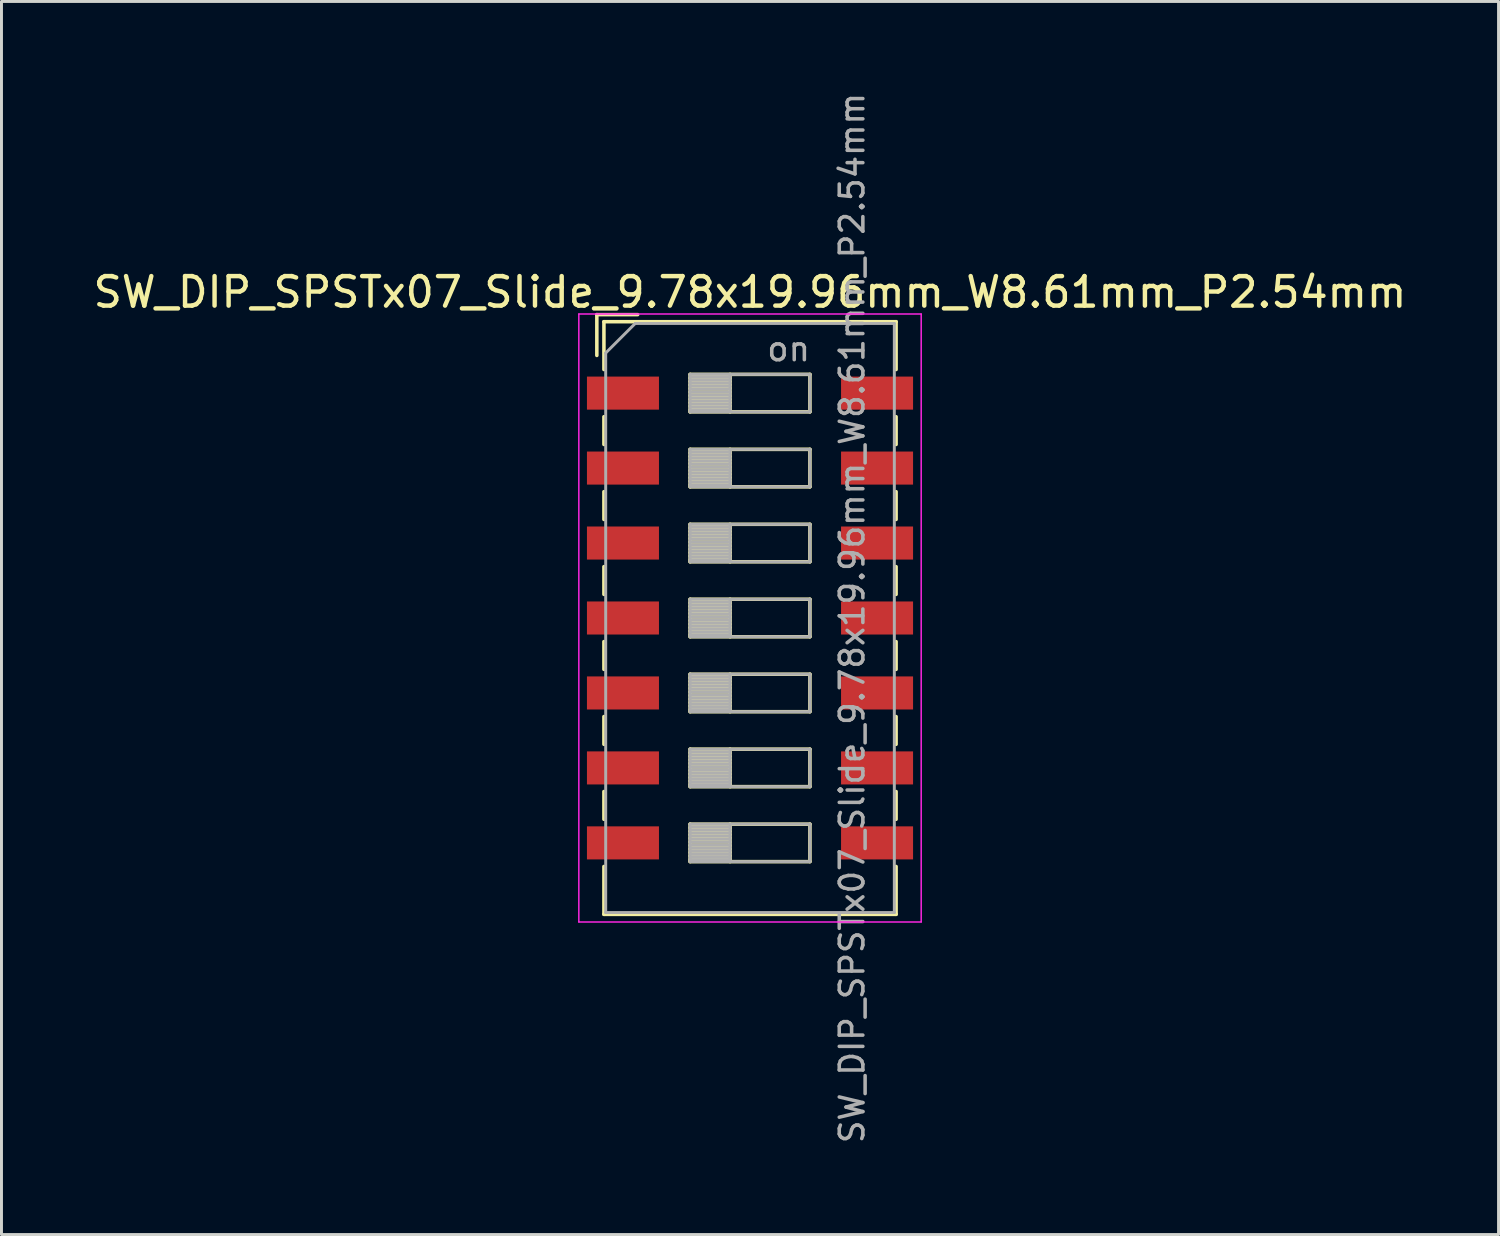
<source format=kicad_pcb>
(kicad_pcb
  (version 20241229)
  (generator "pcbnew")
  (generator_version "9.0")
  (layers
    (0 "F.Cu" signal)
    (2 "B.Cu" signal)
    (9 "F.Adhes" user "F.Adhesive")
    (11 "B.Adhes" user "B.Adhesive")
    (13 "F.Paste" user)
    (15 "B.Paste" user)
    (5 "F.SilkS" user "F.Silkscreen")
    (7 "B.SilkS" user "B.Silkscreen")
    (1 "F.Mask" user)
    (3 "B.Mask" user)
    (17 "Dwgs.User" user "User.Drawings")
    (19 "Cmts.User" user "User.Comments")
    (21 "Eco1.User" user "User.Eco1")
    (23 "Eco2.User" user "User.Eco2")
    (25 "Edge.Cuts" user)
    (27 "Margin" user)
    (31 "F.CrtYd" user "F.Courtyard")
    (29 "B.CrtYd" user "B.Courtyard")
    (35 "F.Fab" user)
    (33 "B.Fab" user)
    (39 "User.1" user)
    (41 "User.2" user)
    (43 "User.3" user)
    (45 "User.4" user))
  (footprint "SW_DIP_SPSTx07_Slide_9.78x19.96mm_W8.61mm_P2.54mm"
    (layer "F.Cu")
    (at 22.363 17.89)
    (property "Reference" "SW_DIP_SPSTx07_Slide_9.78x19.96mm_W8.61mm_P2.54mm" (at 0 -11.04 0) (layer "F.SilkS") (effects (font (size 1 1) (thickness 0.15))))
    (attr smd)
    (fp_line (start -5.19 -10.28) (end -5.19 -8.897) (stroke (width 0.12) (type solid)) (layer "F.SilkS"))
    (fp_line (start -5.19 -10.28) (end -3.806 -10.28) (stroke (width 0.12) (type solid)) (layer "F.SilkS"))
    (fp_line (start -4.95 -10.04) (end -4.95 -8.42) (stroke (width 0.12) (type solid)) (layer "F.SilkS"))
    (fp_line (start -4.95 -10.04) (end 4.95 -10.04) (stroke (width 0.12) (type solid)) (layer "F.SilkS"))
    (fp_line (start -4.95 -6.82) (end -4.95 -5.88) (stroke (width 0.12) (type solid)) (layer "F.SilkS"))
    (fp_line (start -4.95 -4.28) (end -4.95 -3.34) (stroke (width 0.12) (type solid)) (layer "F.SilkS"))
    (fp_line (start -4.95 -1.74) (end -4.95 -0.8) (stroke (width 0.12) (type solid)) (layer "F.SilkS"))
    (fp_line (start -4.95 0.8) (end -4.95 1.74) (stroke (width 0.12) (type solid)) (layer "F.SilkS"))
    (fp_line (start -4.95 3.34) (end -4.95 4.28) (stroke (width 0.12) (type solid)) (layer "F.SilkS"))
    (fp_line (start -4.95 5.88) (end -4.95 6.82) (stroke (width 0.12) (type solid)) (layer "F.SilkS"))
    (fp_line (start -4.95 8.42) (end -4.95 10.041) (stroke (width 0.12) (type solid)) (layer "F.SilkS"))
    (fp_line (start -4.95 10.041) (end 4.95 10.041) (stroke (width 0.12) (type solid)) (layer "F.SilkS"))
    (fp_line (start -2.03 -8.255) (end -2.03 -6.985) (stroke (width 0.12) (type solid)) (layer "F.SilkS"))
    (fp_line (start -2.03 -8.135) (end -0.677 -8.135) (stroke (width 0.12) (type solid)) (layer "F.SilkS"))
    (fp_line (start -2.03 -8.015) (end -0.677 -8.015) (stroke (width 0.12) (type solid)) (layer "F.SilkS"))
    (fp_line (start -2.03 -7.895) (end -0.677 -7.895) (stroke (width 0.12) (type solid)) (layer "F.SilkS"))
    (fp_line (start -2.03 -7.775) (end -0.677 -7.775) (stroke (width 0.12) (type solid)) (layer "F.SilkS"))
    (fp_line (start -2.03 -7.655) (end -0.677 -7.655) (stroke (width 0.12) (type solid)) (layer "F.SilkS"))
    (fp_line (start -2.03 -7.535) (end -0.677 -7.535) (stroke (width 0.12) (type solid)) (layer "F.SilkS"))
    (fp_line (start -2.03 -7.415) (end -0.677 -7.415) (stroke (width 0.12) (type solid)) (layer "F.SilkS"))
    (fp_line (start -2.03 -7.295) (end -0.677 -7.295) (stroke (width 0.12) (type solid)) (layer "F.SilkS"))
    (fp_line (start -2.03 -7.175) (end -0.677 -7.175) (stroke (width 0.12) (type solid)) (layer "F.SilkS"))
    (fp_line (start -2.03 -7.055) (end -0.677 -7.055) (stroke (width 0.12) (type solid)) (layer "F.SilkS"))
    (fp_line (start -2.03 -6.985) (end 2.03 -6.985) (stroke (width 0.12) (type solid)) (layer "F.SilkS"))
    (fp_line (start -2.03 -5.715) (end -2.03 -4.445) (stroke (width 0.12) (type solid)) (layer "F.SilkS"))
    (fp_line (start -2.03 -5.595) (end -0.677 -5.595) (stroke (width 0.12) (type solid)) (layer "F.SilkS"))
    (fp_line (start -2.03 -5.475) (end -0.677 -5.475) (stroke (width 0.12) (type solid)) (layer "F.SilkS"))
    (fp_line (start -2.03 -5.355) (end -0.677 -5.355) (stroke (width 0.12) (type solid)) (layer "F.SilkS"))
    (fp_line (start -2.03 -5.235) (end -0.677 -5.235) (stroke (width 0.12) (type solid)) (layer "F.SilkS"))
    (fp_line (start -2.03 -5.115) (end -0.677 -5.115) (stroke (width 0.12) (type solid)) (layer "F.SilkS"))
    (fp_line (start -2.03 -4.995) (end -0.677 -4.995) (stroke (width 0.12) (type solid)) (layer "F.SilkS"))
    (fp_line (start -2.03 -4.875) (end -0.677 -4.875) (stroke (width 0.12) (type solid)) (layer "F.SilkS"))
    (fp_line (start -2.03 -4.755) (end -0.677 -4.755) (stroke (width 0.12) (type solid)) (layer "F.SilkS"))
    (fp_line (start -2.03 -4.635) (end -0.677 -4.635) (stroke (width 0.12) (type solid)) (layer "F.SilkS"))
    (fp_line (start -2.03 -4.515) (end -0.677 -4.515) (stroke (width 0.12) (type solid)) (layer "F.SilkS"))
    (fp_line (start -2.03 -4.445) (end 2.03 -4.445) (stroke (width 0.12) (type solid)) (layer "F.SilkS"))
    (fp_line (start -2.03 -3.175) (end -2.03 -1.905) (stroke (width 0.12) (type solid)) (layer "F.SilkS"))
    (fp_line (start -2.03 -3.055) (end -0.677 -3.055) (stroke (width 0.12) (type solid)) (layer "F.SilkS"))
    (fp_line (start -2.03 -2.935) (end -0.677 -2.935) (stroke (width 0.12) (type solid)) (layer "F.SilkS"))
    (fp_line (start -2.03 -2.815) (end -0.677 -2.815) (stroke (width 0.12) (type solid)) (layer "F.SilkS"))
    (fp_line (start -2.03 -2.695) (end -0.677 -2.695) (stroke (width 0.12) (type solid)) (layer "F.SilkS"))
    (fp_line (start -2.03 -2.575) (end -0.677 -2.575) (stroke (width 0.12) (type solid)) (layer "F.SilkS"))
    (fp_line (start -2.03 -2.455) (end -0.677 -2.455) (stroke (width 0.12) (type solid)) (layer "F.SilkS"))
    (fp_line (start -2.03 -2.335) (end -0.677 -2.335) (stroke (width 0.12) (type solid)) (layer "F.SilkS"))
    (fp_line (start -2.03 -2.215) (end -0.677 -2.215) (stroke (width 0.12) (type solid)) (layer "F.SilkS"))
    (fp_line (start -2.03 -2.095) (end -0.677 -2.095) (stroke (width 0.12) (type solid)) (layer "F.SilkS"))
    (fp_line (start -2.03 -1.975) (end -0.677 -1.975) (stroke (width 0.12) (type solid)) (layer "F.SilkS"))
    (fp_line (start -2.03 -1.905) (end 2.03 -1.905) (stroke (width 0.12) (type solid)) (layer "F.SilkS"))
    (fp_line (start -2.03 -0.635) (end -2.03 0.635) (stroke (width 0.12) (type solid)) (layer "F.SilkS"))
    (fp_line (start -2.03 -0.515) (end -0.677 -0.515) (stroke (width 0.12) (type solid)) (layer "F.SilkS"))
    (fp_line (start -2.03 -0.395) (end -0.677 -0.395) (stroke (width 0.12) (type solid)) (layer "F.SilkS"))
    (fp_line (start -2.03 -0.275) (end -0.677 -0.275) (stroke (width 0.12) (type solid)) (layer "F.SilkS"))
    (fp_line (start -2.03 -0.155) (end -0.677 -0.155) (stroke (width 0.12) (type solid)) (layer "F.SilkS"))
    (fp_line (start -2.03 -0.035) (end -0.677 -0.035) (stroke (width 0.12) (type solid)) (layer "F.SilkS"))
    (fp_line (start -2.03 0.085) (end -0.677 0.085) (stroke (width 0.12) (type solid)) (layer "F.SilkS"))
    (fp_line (start -2.03 0.205) (end -0.677 0.205) (stroke (width 0.12) (type solid)) (layer "F.SilkS"))
    (fp_line (start -2.03 0.325) (end -0.677 0.325) (stroke (width 0.12) (type solid)) (layer "F.SilkS"))
    (fp_line (start -2.03 0.445) (end -0.677 0.445) (stroke (width 0.12) (type solid)) (layer "F.SilkS"))
    (fp_line (start -2.03 0.565) (end -0.677 0.565) (stroke (width 0.12) (type solid)) (layer "F.SilkS"))
    (fp_line (start -2.03 0.635) (end 2.03 0.635) (stroke (width 0.12) (type solid)) (layer "F.SilkS"))
    (fp_line (start -2.03 1.905) (end -2.03 3.175) (stroke (width 0.12) (type solid)) (layer "F.SilkS"))
    (fp_line (start -2.03 2.025) (end -0.677 2.025) (stroke (width 0.12) (type solid)) (layer "F.SilkS"))
    (fp_line (start -2.03 2.145) (end -0.677 2.145) (stroke (width 0.12) (type solid)) (layer "F.SilkS"))
    (fp_line (start -2.03 2.265) (end -0.677 2.265) (stroke (width 0.12) (type solid)) (layer "F.SilkS"))
    (fp_line (start -2.03 2.385) (end -0.677 2.385) (stroke (width 0.12) (type solid)) (layer "F.SilkS"))
    (fp_line (start -2.03 2.505) (end -0.677 2.505) (stroke (width 0.12) (type solid)) (layer "F.SilkS"))
    (fp_line (start -2.03 2.625) (end -0.677 2.625) (stroke (width 0.12) (type solid)) (layer "F.SilkS"))
    (fp_line (start -2.03 2.745) (end -0.677 2.745) (stroke (width 0.12) (type solid)) (layer "F.SilkS"))
    (fp_line (start -2.03 2.865) (end -0.677 2.865) (stroke (width 0.12) (type solid)) (layer "F.SilkS"))
    (fp_line (start -2.03 2.985) (end -0.677 2.985) (stroke (width 0.12) (type solid)) (layer "F.SilkS"))
    (fp_line (start -2.03 3.105) (end -0.677 3.105) (stroke (width 0.12) (type solid)) (layer "F.SilkS"))
    (fp_line (start -2.03 3.175) (end 2.03 3.175) (stroke (width 0.12) (type solid)) (layer "F.SilkS"))
    (fp_line (start -2.03 4.445) (end -2.03 5.715) (stroke (width 0.12) (type solid)) (layer "F.SilkS"))
    (fp_line (start -2.03 4.565) (end -0.677 4.565) (stroke (width 0.12) (type solid)) (layer "F.SilkS"))
    (fp_line (start -2.03 4.685) (end -0.677 4.685) (stroke (width 0.12) (type solid)) (layer "F.SilkS"))
    (fp_line (start -2.03 4.805) (end -0.677 4.805) (stroke (width 0.12) (type solid)) (layer "F.SilkS"))
    (fp_line (start -2.03 4.925) (end -0.677 4.925) (stroke (width 0.12) (type solid)) (layer "F.SilkS"))
    (fp_line (start -2.03 5.045) (end -0.677 5.045) (stroke (width 0.12) (type solid)) (layer "F.SilkS"))
    (fp_line (start -2.03 5.165) (end -0.677 5.165) (stroke (width 0.12) (type solid)) (layer "F.SilkS"))
    (fp_line (start -2.03 5.285) (end -0.677 5.285) (stroke (width 0.12) (type solid)) (layer "F.SilkS"))
    (fp_line (start -2.03 5.405) (end -0.677 5.405) (stroke (width 0.12) (type solid)) (layer "F.SilkS"))
    (fp_line (start -2.03 5.525) (end -0.677 5.525) (stroke (width 0.12) (type solid)) (layer "F.SilkS"))
    (fp_line (start -2.03 5.645) (end -0.677 5.645) (stroke (width 0.12) (type solid)) (layer "F.SilkS"))
    (fp_line (start -2.03 5.715) (end 2.03 5.715) (stroke (width 0.12) (type solid)) (layer "F.SilkS"))
    (fp_line (start -2.03 6.985) (end -2.03 8.255) (stroke (width 0.12) (type solid)) (layer "F.SilkS"))
    (fp_line (start -2.03 7.105) (end -0.677 7.105) (stroke (width 0.12) (type solid)) (layer "F.SilkS"))
    (fp_line (start -2.03 7.225) (end -0.677 7.225) (stroke (width 0.12) (type solid)) (layer "F.SilkS"))
    (fp_line (start -2.03 7.345) (end -0.677 7.345) (stroke (width 0.12) (type solid)) (layer "F.SilkS"))
    (fp_line (start -2.03 7.465) (end -0.677 7.465) (stroke (width 0.12) (type solid)) (layer "F.SilkS"))
    (fp_line (start -2.03 7.585) (end -0.677 7.585) (stroke (width 0.12) (type solid)) (layer "F.SilkS"))
    (fp_line (start -2.03 7.705) (end -0.677 7.705) (stroke (width 0.12) (type solid)) (layer "F.SilkS"))
    (fp_line (start -2.03 7.825) (end -0.677 7.825) (stroke (width 0.12) (type solid)) (layer "F.SilkS"))
    (fp_line (start -2.03 7.945) (end -0.677 7.945) (stroke (width 0.12) (type solid)) (layer "F.SilkS"))
    (fp_line (start -2.03 8.065) (end -0.677 8.065) (stroke (width 0.12) (type solid)) (layer "F.SilkS"))
    (fp_line (start -2.03 8.185) (end -0.677 8.185) (stroke (width 0.12) (type solid)) (layer "F.SilkS"))
    (fp_line (start -2.03 8.255) (end 2.03 8.255) (stroke (width 0.12) (type solid)) (layer "F.SilkS"))
    (fp_line (start -0.677 -8.255) (end -0.677 -6.985) (stroke (width 0.12) (type solid)) (layer "F.SilkS"))
    (fp_line (start -0.677 -5.715) (end -0.677 -4.445) (stroke (width 0.12) (type solid)) (layer "F.SilkS"))
    (fp_line (start -0.677 -3.175) (end -0.677 -1.905) (stroke (width 0.12) (type solid)) (layer "F.SilkS"))
    (fp_line (start -0.677 -0.635) (end -0.677 0.635) (stroke (width 0.12) (type solid)) (layer "F.SilkS"))
    (fp_line (start -0.677 1.905) (end -0.677 3.175) (stroke (width 0.12) (type solid)) (layer "F.SilkS"))
    (fp_line (start -0.677 4.445) (end -0.677 5.715) (stroke (width 0.12) (type solid)) (layer "F.SilkS"))
    (fp_line (start -0.677 6.985) (end -0.677 8.255) (stroke (width 0.12) (type solid)) (layer "F.SilkS"))
    (fp_line (start 2.03 -8.255) (end -2.03 -8.255) (stroke (width 0.12) (type solid)) (layer "F.SilkS"))
    (fp_line (start 2.03 -6.985) (end 2.03 -8.255) (stroke (width 0.12) (type solid)) (layer "F.SilkS"))
    (fp_line (start 2.03 -5.715) (end -2.03 -5.715) (stroke (width 0.12) (type solid)) (layer "F.SilkS"))
    (fp_line (start 2.03 -4.445) (end 2.03 -5.715) (stroke (width 0.12) (type solid)) (layer "F.SilkS"))
    (fp_line (start 2.03 -3.175) (end -2.03 -3.175) (stroke (width 0.12) (type solid)) (layer "F.SilkS"))
    (fp_line (start 2.03 -1.905) (end 2.03 -3.175) (stroke (width 0.12) (type solid)) (layer "F.SilkS"))
    (fp_line (start 2.03 -0.635) (end -2.03 -0.635) (stroke (width 0.12) (type solid)) (layer "F.SilkS"))
    (fp_line (start 2.03 0.635) (end 2.03 -0.635) (stroke (width 0.12) (type solid)) (layer "F.SilkS"))
    (fp_line (start 2.03 1.905) (end -2.03 1.905) (stroke (width 0.12) (type solid)) (layer "F.SilkS"))
    (fp_line (start 2.03 3.175) (end 2.03 1.905) (stroke (width 0.12) (type solid)) (layer "F.SilkS"))
    (fp_line (start 2.03 4.445) (end -2.03 4.445) (stroke (width 0.12) (type solid)) (layer "F.SilkS"))
    (fp_line (start 2.03 5.715) (end 2.03 4.445) (stroke (width 0.12) (type solid)) (layer "F.SilkS"))
    (fp_line (start 2.03 6.985) (end -2.03 6.985) (stroke (width 0.12) (type solid)) (layer "F.SilkS"))
    (fp_line (start 2.03 8.255) (end 2.03 6.985) (stroke (width 0.12) (type solid)) (layer "F.SilkS"))
    (fp_line (start 4.95 -10.04) (end 4.95 -8.42) (stroke (width 0.12) (type solid)) (layer "F.SilkS"))
    (fp_line (start 4.95 -6.82) (end 4.95 -5.88) (stroke (width 0.12) (type solid)) (layer "F.SilkS"))
    (fp_line (start 4.95 -4.28) (end 4.95 -3.34) (stroke (width 0.12) (type solid)) (layer "F.SilkS"))
    (fp_line (start 4.95 -1.74) (end 4.95 -0.8) (stroke (width 0.12) (type solid)) (layer "F.SilkS"))
    (fp_line (start 4.95 0.8) (end 4.95 1.74) (stroke (width 0.12) (type solid)) (layer "F.SilkS"))
    (fp_line (start 4.95 3.34) (end 4.95 4.28) (stroke (width 0.12) (type solid)) (layer "F.SilkS"))
    (fp_line (start 4.95 5.88) (end 4.95 6.82) (stroke (width 0.12) (type solid)) (layer "F.SilkS"))
    (fp_line (start 4.95 8.42) (end 4.95 10.041) (stroke (width 0.12) (type solid)) (layer "F.SilkS"))
    (fp_line (start -5.8 -10.3) (end -5.8 10.3) (stroke (width 0.05) (type solid)) (layer "F.CrtYd"))
    (fp_line (start -5.8 10.3) (end 5.8 10.3) (stroke (width 0.05) (type solid)) (layer "F.CrtYd"))
    (fp_line (start 5.8 -10.3) (end -5.8 -10.3) (stroke (width 0.05) (type solid)) (layer "F.CrtYd"))
    (fp_line (start 5.8 10.3) (end 5.8 -10.3) (stroke (width 0.05) (type solid)) (layer "F.CrtYd"))
    (fp_line (start -4.89 -8.98) (end -3.89 -9.98) (stroke (width 0.1) (type solid)) (layer "F.Fab"))
    (fp_line (start -4.89 9.98) (end -4.89 -8.98) (stroke (width 0.1) (type solid)) (layer "F.Fab"))
    (fp_line (start -3.89 -9.98) (end 4.89 -9.98) (stroke (width 0.1) (type solid)) (layer "F.Fab"))
    (fp_line (start -2.03 -8.255) (end -2.03 -6.985) (stroke (width 0.1) (type solid)) (layer "F.Fab"))
    (fp_line (start -2.03 -8.155) (end -0.677 -8.155) (stroke (width 0.1) (type solid)) (layer "F.Fab"))
    (fp_line (start -2.03 -8.055) (end -0.677 -8.055) (stroke (width 0.1) (type solid)) (layer "F.Fab"))
    (fp_line (start -2.03 -7.955) (end -0.677 -7.955) (stroke (width 0.1) (type solid)) (layer "F.Fab"))
    (fp_line (start -2.03 -7.855) (end -0.677 -7.855) (stroke (width 0.1) (type solid)) (layer "F.Fab"))
    (fp_line (start -2.03 -7.755) (end -0.677 -7.755) (stroke (width 0.1) (type solid)) (layer "F.Fab"))
    (fp_line (start -2.03 -7.655) (end -0.677 -7.655) (stroke (width 0.1) (type solid)) (layer "F.Fab"))
    (fp_line (start -2.03 -7.555) (end -0.677 -7.555) (stroke (width 0.1) (type solid)) (layer "F.Fab"))
    (fp_line (start -2.03 -7.455) (end -0.677 -7.455) (stroke (width 0.1) (type solid)) (layer "F.Fab"))
    (fp_line (start -2.03 -7.355) (end -0.677 -7.355) (stroke (width 0.1) (type solid)) (layer "F.Fab"))
    (fp_line (start -2.03 -7.255) (end -0.677 -7.255) (stroke (width 0.1) (type solid)) (layer "F.Fab"))
    (fp_line (start -2.03 -7.155) (end -0.677 -7.155) (stroke (width 0.1) (type solid)) (layer "F.Fab"))
    (fp_line (start -2.03 -7.055) (end -0.677 -7.055) (stroke (width 0.1) (type solid)) (layer "F.Fab"))
    (fp_line (start -2.03 -6.985) (end 2.03 -6.985) (stroke (width 0.1) (type solid)) (layer "F.Fab"))
    (fp_line (start -2.03 -5.715) (end -2.03 -4.445) (stroke (width 0.1) (type solid)) (layer "F.Fab"))
    (fp_line (start -2.03 -5.615) (end -0.677 -5.615) (stroke (width 0.1) (type solid)) (layer "F.Fab"))
    (fp_line (start -2.03 -5.515) (end -0.677 -5.515) (stroke (width 0.1) (type solid)) (layer "F.Fab"))
    (fp_line (start -2.03 -5.415) (end -0.677 -5.415) (stroke (width 0.1) (type solid)) (layer "F.Fab"))
    (fp_line (start -2.03 -5.315) (end -0.677 -5.315) (stroke (width 0.1) (type solid)) (layer "F.Fab"))
    (fp_line (start -2.03 -5.215) (end -0.677 -5.215) (stroke (width 0.1) (type solid)) (layer "F.Fab"))
    (fp_line (start -2.03 -5.115) (end -0.677 -5.115) (stroke (width 0.1) (type solid)) (layer "F.Fab"))
    (fp_line (start -2.03 -5.015) (end -0.677 -5.015) (stroke (width 0.1) (type solid)) (layer "F.Fab"))
    (fp_line (start -2.03 -4.915) (end -0.677 -4.915) (stroke (width 0.1) (type solid)) (layer "F.Fab"))
    (fp_line (start -2.03 -4.815) (end -0.677 -4.815) (stroke (width 0.1) (type solid)) (layer "F.Fab"))
    (fp_line (start -2.03 -4.715) (end -0.677 -4.715) (stroke (width 0.1) (type solid)) (layer "F.Fab"))
    (fp_line (start -2.03 -4.615) (end -0.677 -4.615) (stroke (width 0.1) (type solid)) (layer "F.Fab"))
    (fp_line (start -2.03 -4.515) (end -0.677 -4.515) (stroke (width 0.1) (type solid)) (layer "F.Fab"))
    (fp_line (start -2.03 -4.445) (end 2.03 -4.445) (stroke (width 0.1) (type solid)) (layer "F.Fab"))
    (fp_line (start -2.03 -3.175) (end -2.03 -1.905) (stroke (width 0.1) (type solid)) (layer "F.Fab"))
    (fp_line (start -2.03 -3.075) (end -0.677 -3.075) (stroke (width 0.1) (type solid)) (layer "F.Fab"))
    (fp_line (start -2.03 -2.975) (end -0.677 -2.975) (stroke (width 0.1) (type solid)) (layer "F.Fab"))
    (fp_line (start -2.03 -2.875) (end -0.677 -2.875) (stroke (width 0.1) (type solid)) (layer "F.Fab"))
    (fp_line (start -2.03 -2.775) (end -0.677 -2.775) (stroke (width 0.1) (type solid)) (layer "F.Fab"))
    (fp_line (start -2.03 -2.675) (end -0.677 -2.675) (stroke (width 0.1) (type solid)) (layer "F.Fab"))
    (fp_line (start -2.03 -2.575) (end -0.677 -2.575) (stroke (width 0.1) (type solid)) (layer "F.Fab"))
    (fp_line (start -2.03 -2.475) (end -0.677 -2.475) (stroke (width 0.1) (type solid)) (layer "F.Fab"))
    (fp_line (start -2.03 -2.375) (end -0.677 -2.375) (stroke (width 0.1) (type solid)) (layer "F.Fab"))
    (fp_line (start -2.03 -2.275) (end -0.677 -2.275) (stroke (width 0.1) (type solid)) (layer "F.Fab"))
    (fp_line (start -2.03 -2.175) (end -0.677 -2.175) (stroke (width 0.1) (type solid)) (layer "F.Fab"))
    (fp_line (start -2.03 -2.075) (end -0.677 -2.075) (stroke (width 0.1) (type solid)) (layer "F.Fab"))
    (fp_line (start -2.03 -1.975) (end -0.677 -1.975) (stroke (width 0.1) (type solid)) (layer "F.Fab"))
    (fp_line (start -2.03 -1.905) (end 2.03 -1.905) (stroke (width 0.1) (type solid)) (layer "F.Fab"))
    (fp_line (start -2.03 -0.635) (end -2.03 0.635) (stroke (width 0.1) (type solid)) (layer "F.Fab"))
    (fp_line (start -2.03 -0.535) (end -0.677 -0.535) (stroke (width 0.1) (type solid)) (layer "F.Fab"))
    (fp_line (start -2.03 -0.435) (end -0.677 -0.435) (stroke (width 0.1) (type solid)) (layer "F.Fab"))
    (fp_line (start -2.03 -0.335) (end -0.677 -0.335) (stroke (width 0.1) (type solid)) (layer "F.Fab"))
    (fp_line (start -2.03 -0.235) (end -0.677 -0.235) (stroke (width 0.1) (type solid)) (layer "F.Fab"))
    (fp_line (start -2.03 -0.135) (end -0.677 -0.135) (stroke (width 0.1) (type solid)) (layer "F.Fab"))
    (fp_line (start -2.03 -0.035) (end -0.677 -0.035) (stroke (width 0.1) (type solid)) (layer "F.Fab"))
    (fp_line (start -2.03 0.065) (end -0.677 0.065) (stroke (width 0.1) (type solid)) (layer "F.Fab"))
    (fp_line (start -2.03 0.165) (end -0.677 0.165) (stroke (width 0.1) (type solid)) (layer "F.Fab"))
    (fp_line (start -2.03 0.265) (end -0.677 0.265) (stroke (width 0.1) (type solid)) (layer "F.Fab"))
    (fp_line (start -2.03 0.365) (end -0.677 0.365) (stroke (width 0.1) (type solid)) (layer "F.Fab"))
    (fp_line (start -2.03 0.465) (end -0.677 0.465) (stroke (width 0.1) (type solid)) (layer "F.Fab"))
    (fp_line (start -2.03 0.565) (end -0.677 0.565) (stroke (width 0.1) (type solid)) (layer "F.Fab"))
    (fp_line (start -2.03 0.635) (end 2.03 0.635) (stroke (width 0.1) (type solid)) (layer "F.Fab"))
    (fp_line (start -2.03 1.905) (end -2.03 3.175) (stroke (width 0.1) (type solid)) (layer "F.Fab"))
    (fp_line (start -2.03 2.005) (end -0.677 2.005) (stroke (width 0.1) (type solid)) (layer "F.Fab"))
    (fp_line (start -2.03 2.105) (end -0.677 2.105) (stroke (width 0.1) (type solid)) (layer "F.Fab"))
    (fp_line (start -2.03 2.205) (end -0.677 2.205) (stroke (width 0.1) (type solid)) (layer "F.Fab"))
    (fp_line (start -2.03 2.305) (end -0.677 2.305) (stroke (width 0.1) (type solid)) (layer "F.Fab"))
    (fp_line (start -2.03 2.405) (end -0.677 2.405) (stroke (width 0.1) (type solid)) (layer "F.Fab"))
    (fp_line (start -2.03 2.505) (end -0.677 2.505) (stroke (width 0.1) (type solid)) (layer "F.Fab"))
    (fp_line (start -2.03 2.605) (end -0.677 2.605) (stroke (width 0.1) (type solid)) (layer "F.Fab"))
    (fp_line (start -2.03 2.705) (end -0.677 2.705) (stroke (width 0.1) (type solid)) (layer "F.Fab"))
    (fp_line (start -2.03 2.805) (end -0.677 2.805) (stroke (width 0.1) (type solid)) (layer "F.Fab"))
    (fp_line (start -2.03 2.905) (end -0.677 2.905) (stroke (width 0.1) (type solid)) (layer "F.Fab"))
    (fp_line (start -2.03 3.005) (end -0.677 3.005) (stroke (width 0.1) (type solid)) (layer "F.Fab"))
    (fp_line (start -2.03 3.105) (end -0.677 3.105) (stroke (width 0.1) (type solid)) (layer "F.Fab"))
    (fp_line (start -2.03 3.175) (end 2.03 3.175) (stroke (width 0.1) (type solid)) (layer "F.Fab"))
    (fp_line (start -2.03 4.445) (end -2.03 5.715) (stroke (width 0.1) (type solid)) (layer "F.Fab"))
    (fp_line (start -2.03 4.545) (end -0.677 4.545) (stroke (width 0.1) (type solid)) (layer "F.Fab"))
    (fp_line (start -2.03 4.645) (end -0.677 4.645) (stroke (width 0.1) (type solid)) (layer "F.Fab"))
    (fp_line (start -2.03 4.745) (end -0.677 4.745) (stroke (width 0.1) (type solid)) (layer "F.Fab"))
    (fp_line (start -2.03 4.845) (end -0.677 4.845) (stroke (width 0.1) (type solid)) (layer "F.Fab"))
    (fp_line (start -2.03 4.945) (end -0.677 4.945) (stroke (width 0.1) (type solid)) (layer "F.Fab"))
    (fp_line (start -2.03 5.045) (end -0.677 5.045) (stroke (width 0.1) (type solid)) (layer "F.Fab"))
    (fp_line (start -2.03 5.145) (end -0.677 5.145) (stroke (width 0.1) (type solid)) (layer "F.Fab"))
    (fp_line (start -2.03 5.245) (end -0.677 5.245) (stroke (width 0.1) (type solid)) (layer "F.Fab"))
    (fp_line (start -2.03 5.345) (end -0.677 5.345) (stroke (width 0.1) (type solid)) (layer "F.Fab"))
    (fp_line (start -2.03 5.445) (end -0.677 5.445) (stroke (width 0.1) (type solid)) (layer "F.Fab"))
    (fp_line (start -2.03 5.545) (end -0.677 5.545) (stroke (width 0.1) (type solid)) (layer "F.Fab"))
    (fp_line (start -2.03 5.645) (end -0.677 5.645) (stroke (width 0.1) (type solid)) (layer "F.Fab"))
    (fp_line (start -2.03 5.715) (end 2.03 5.715) (stroke (width 0.1) (type solid)) (layer "F.Fab"))
    (fp_line (start -2.03 6.985) (end -2.03 8.255) (stroke (width 0.1) (type solid)) (layer "F.Fab"))
    (fp_line (start -2.03 7.085) (end -0.677 7.085) (stroke (width 0.1) (type solid)) (layer "F.Fab"))
    (fp_line (start -2.03 7.185) (end -0.677 7.185) (stroke (width 0.1) (type solid)) (layer "F.Fab"))
    (fp_line (start -2.03 7.285) (end -0.677 7.285) (stroke (width 0.1) (type solid)) (layer "F.Fab"))
    (fp_line (start -2.03 7.385) (end -0.677 7.385) (stroke (width 0.1) (type solid)) (layer "F.Fab"))
    (fp_line (start -2.03 7.485) (end -0.677 7.485) (stroke (width 0.1) (type solid)) (layer "F.Fab"))
    (fp_line (start -2.03 7.585) (end -0.677 7.585) (stroke (width 0.1) (type solid)) (layer "F.Fab"))
    (fp_line (start -2.03 7.685) (end -0.677 7.685) (stroke (width 0.1) (type solid)) (layer "F.Fab"))
    (fp_line (start -2.03 7.785) (end -0.677 7.785) (stroke (width 0.1) (type solid)) (layer "F.Fab"))
    (fp_line (start -2.03 7.885) (end -0.677 7.885) (stroke (width 0.1) (type solid)) (layer "F.Fab"))
    (fp_line (start -2.03 7.985) (end -0.677 7.985) (stroke (width 0.1) (type solid)) (layer "F.Fab"))
    (fp_line (start -2.03 8.085) (end -0.677 8.085) (stroke (width 0.1) (type solid)) (layer "F.Fab"))
    (fp_line (start -2.03 8.185) (end -0.677 8.185) (stroke (width 0.1) (type solid)) (layer "F.Fab"))
    (fp_line (start -2.03 8.255) (end 2.03 8.255) (stroke (width 0.1) (type solid)) (layer "F.Fab"))
    (fp_line (start -0.677 -8.255) (end -0.677 -6.985) (stroke (width 0.1) (type solid)) (layer "F.Fab"))
    (fp_line (start -0.677 -5.715) (end -0.677 -4.445) (stroke (width 0.1) (type solid)) (layer "F.Fab"))
    (fp_line (start -0.677 -3.175) (end -0.677 -1.905) (stroke (width 0.1) (type solid)) (layer "F.Fab"))
    (fp_line (start -0.677 -0.635) (end -0.677 0.635) (stroke (width 0.1) (type solid)) (layer "F.Fab"))
    (fp_line (start -0.677 1.905) (end -0.677 3.175) (stroke (width 0.1) (type solid)) (layer "F.Fab"))
    (fp_line (start -0.677 4.445) (end -0.677 5.715) (stroke (width 0.1) (type solid)) (layer "F.Fab"))
    (fp_line (start -0.677 6.985) (end -0.677 8.255) (stroke (width 0.1) (type solid)) (layer "F.Fab"))
    (fp_line (start 2.03 -8.255) (end -2.03 -8.255) (stroke (width 0.1) (type solid)) (layer "F.Fab"))
    (fp_line (start 2.03 -6.985) (end 2.03 -8.255) (stroke (width 0.1) (type solid)) (layer "F.Fab"))
    (fp_line (start 2.03 -5.715) (end -2.03 -5.715) (stroke (width 0.1) (type solid)) (layer "F.Fab"))
    (fp_line (start 2.03 -4.445) (end 2.03 -5.715) (stroke (width 0.1) (type solid)) (layer "F.Fab"))
    (fp_line (start 2.03 -3.175) (end -2.03 -3.175) (stroke (width 0.1) (type solid)) (layer "F.Fab"))
    (fp_line (start 2.03 -1.905) (end 2.03 -3.175) (stroke (width 0.1) (type solid)) (layer "F.Fab"))
    (fp_line (start 2.03 -0.635) (end -2.03 -0.635) (stroke (width 0.1) (type solid)) (layer "F.Fab"))
    (fp_line (start 2.03 0.635) (end 2.03 -0.635) (stroke (width 0.1) (type solid)) (layer "F.Fab"))
    (fp_line (start 2.03 1.905) (end -2.03 1.905) (stroke (width 0.1) (type solid)) (layer "F.Fab"))
    (fp_line (start 2.03 3.175) (end 2.03 1.905) (stroke (width 0.1) (type solid)) (layer "F.Fab"))
    (fp_line (start 2.03 4.445) (end -2.03 4.445) (stroke (width 0.1) (type solid)) (layer "F.Fab"))
    (fp_line (start 2.03 5.715) (end 2.03 4.445) (stroke (width 0.1) (type solid)) (layer "F.Fab"))
    (fp_line (start 2.03 6.985) (end -2.03 6.985) (stroke (width 0.1) (type solid)) (layer "F.Fab"))
    (fp_line (start 2.03 8.255) (end 2.03 6.985) (stroke (width 0.1) (type solid)) (layer "F.Fab"))
    (fp_line (start 4.89 -9.98) (end 4.89 9.98) (stroke (width 0.1) (type solid)) (layer "F.Fab"))
    (fp_line (start 4.89 9.98) (end -4.89 9.98) (stroke (width 0.1) (type solid)) (layer "F.Fab"))
    (fp_text user "on" (at 1.308 -9.117 0) (layer "F.Fab") (effects (font (size 0.8 0.8) (thickness 0.12))))
    (fp_text user "${REFERENCE}" (at 3.46 0 90) (layer "F.Fab") (effects (font (size 0.8 0.8) (thickness 0.12))))
    (pad "1" smd rect (at -4.305 -7.62) (size 2.44 1.12) (layers "F.Cu" "F.Mask" "F.Paste"))
    (pad "2" smd rect (at -4.305 -5.08) (size 2.44 1.12) (layers "F.Cu" "F.Mask" "F.Paste"))
    (pad "3" smd rect (at -4.305 -2.54) (size 2.44 1.12) (layers "F.Cu" "F.Mask" "F.Paste"))
    (pad "4" smd rect (at -4.305 0) (size 2.44 1.12) (layers "F.Cu" "F.Mask" "F.Paste"))
    (pad "5" smd rect (at -4.305 2.54) (size 2.44 1.12) (layers "F.Cu" "F.Mask" "F.Paste"))
    (pad "6" smd rect (at -4.305 5.08) (size 2.44 1.12) (layers "F.Cu" "F.Mask" "F.Paste"))
    (pad "7" smd rect (at -4.305 7.62) (size 2.44 1.12) (layers "F.Cu" "F.Mask" "F.Paste"))
    (pad "8" smd rect (at 4.305 7.62) (size 2.44 1.12) (layers "F.Cu" "F.Mask" "F.Paste"))
    (pad "9" smd rect (at 4.305 5.08) (size 2.44 1.12) (layers "F.Cu" "F.Mask" "F.Paste"))
    (pad "10" smd rect (at 4.305 2.54) (size 2.44 1.12) (layers "F.Cu" "F.Mask" "F.Paste"))
    (pad "11" smd rect (at 4.305 0) (size 2.44 1.12) (layers "F.Cu" "F.Mask" "F.Paste"))
    (pad "12" smd rect (at 4.305 -2.54) (size 2.44 1.12) (layers "F.Cu" "F.Mask" "F.Paste"))
    (pad "13" smd rect (at 4.305 -5.08) (size 2.44 1.12) (layers "F.Cu" "F.Mask" "F.Paste"))
    (pad "14" smd rect (at 4.305 -7.62) (size 2.44 1.12) (layers "F.Cu" "F.Mask" "F.Paste")))
  (gr_rect
    (start -3 -3)
    (end 47.726 38.781)
    (stroke (width 0.1) (type default))
    (fill no)
    (layer "Edge.Cuts")))
</source>
